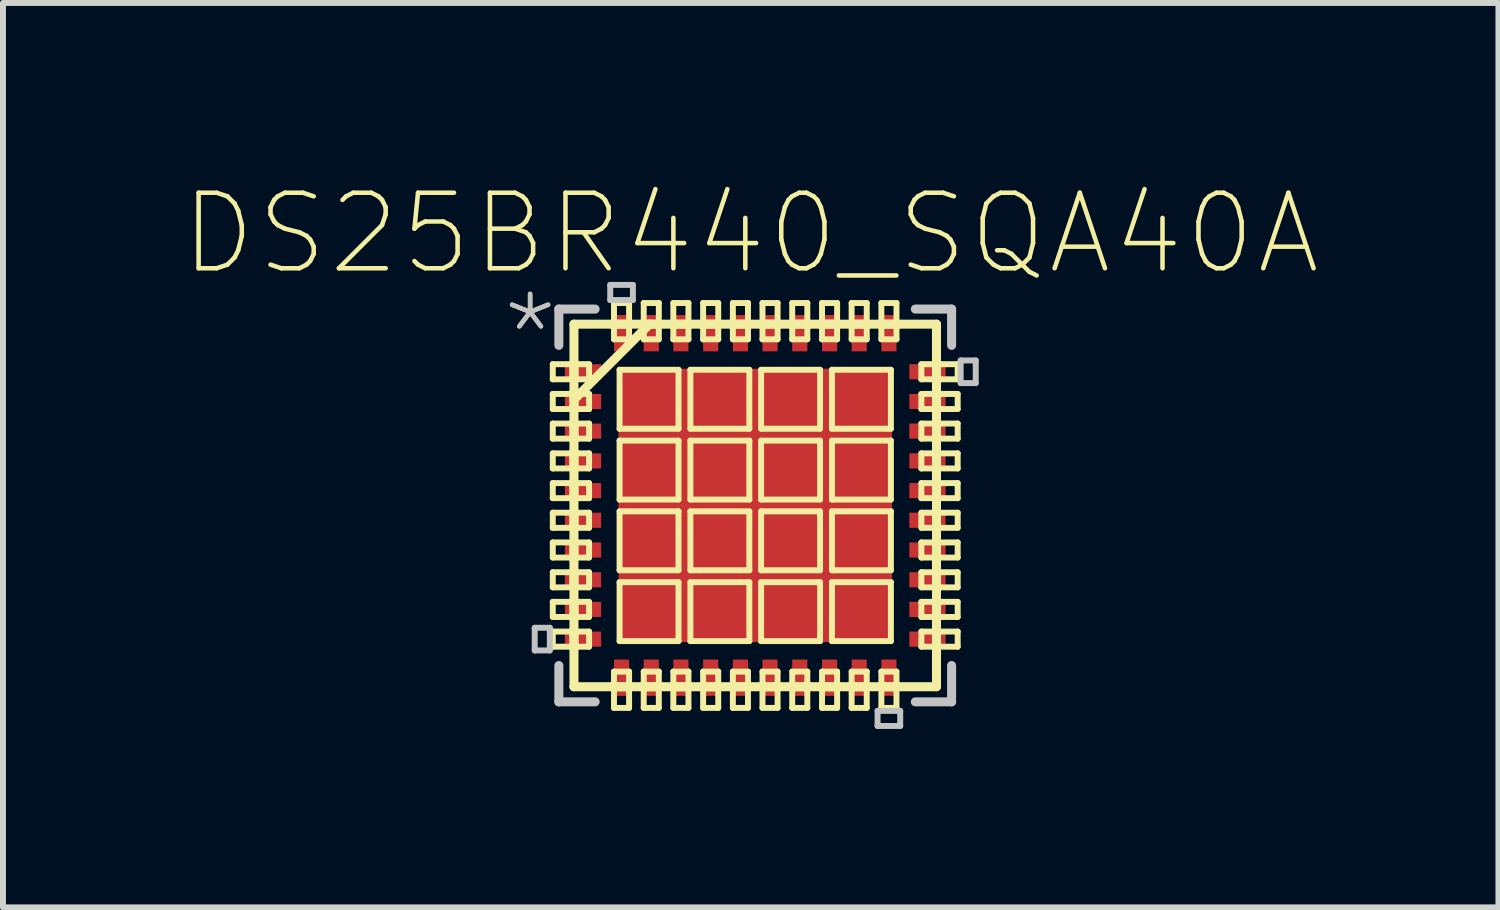
<source format=kicad_pcb>
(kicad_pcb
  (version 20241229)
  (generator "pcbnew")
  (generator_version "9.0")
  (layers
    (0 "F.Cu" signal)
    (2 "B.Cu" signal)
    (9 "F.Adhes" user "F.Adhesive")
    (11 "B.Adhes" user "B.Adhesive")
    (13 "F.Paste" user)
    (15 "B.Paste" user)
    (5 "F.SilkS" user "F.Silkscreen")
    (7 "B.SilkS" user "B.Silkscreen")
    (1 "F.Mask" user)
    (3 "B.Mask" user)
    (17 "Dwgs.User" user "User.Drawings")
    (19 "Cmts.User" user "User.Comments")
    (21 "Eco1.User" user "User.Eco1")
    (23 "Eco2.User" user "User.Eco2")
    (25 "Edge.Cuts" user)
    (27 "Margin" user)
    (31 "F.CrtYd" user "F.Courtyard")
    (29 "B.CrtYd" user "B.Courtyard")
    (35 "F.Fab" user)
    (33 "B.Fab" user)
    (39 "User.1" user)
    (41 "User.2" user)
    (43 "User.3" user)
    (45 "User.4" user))
  (footprint "DS25BR440_SQA40A"
    (layer "F.Cu")
    (at 9.649 5.449)
    (property "Reference" "DS25BR440_SQA40A" (at -0.076 -4.572 0) (layer "F.SilkS") (effects (font (size 1.27 1.27) (thickness 0.076))))
    (attr smd)
    (fp_line (start -3.404 -2.375) (end -3.404 -2.121) (stroke (width 0.1) (type solid)) (layer "F.SilkS"))
    (fp_line (start -3.404 -2.121) (end -2.794 -2.121) (stroke (width 0.1) (type solid)) (layer "F.SilkS"))
    (fp_line (start -3.404 -1.875) (end -3.404 -1.621) (stroke (width 0.1) (type solid)) (layer "F.SilkS"))
    (fp_line (start -3.404 -1.621) (end -2.794 -1.621) (stroke (width 0.1) (type solid)) (layer "F.SilkS"))
    (fp_line (start -3.404 -1.377) (end -3.404 -1.123) (stroke (width 0.1) (type solid)) (layer "F.SilkS"))
    (fp_line (start -3.404 -1.123) (end -2.794 -1.123) (stroke (width 0.1) (type solid)) (layer "F.SilkS"))
    (fp_line (start -3.404 -0.876) (end -3.404 -0.622) (stroke (width 0.1) (type solid)) (layer "F.SilkS"))
    (fp_line (start -3.404 -0.622) (end -2.794 -0.622) (stroke (width 0.1) (type solid)) (layer "F.SilkS"))
    (fp_line (start -3.404 -0.376) (end -3.404 -0.122) (stroke (width 0.1) (type solid)) (layer "F.SilkS"))
    (fp_line (start -3.404 -0.122) (end -2.794 -0.122) (stroke (width 0.1) (type solid)) (layer "F.SilkS"))
    (fp_line (start -3.404 0.122) (end -3.404 0.376) (stroke (width 0.1) (type solid)) (layer "F.SilkS"))
    (fp_line (start -3.404 0.376) (end -2.794 0.376) (stroke (width 0.1) (type solid)) (layer "F.SilkS"))
    (fp_line (start -3.404 0.622) (end -3.404 0.876) (stroke (width 0.1) (type solid)) (layer "F.SilkS"))
    (fp_line (start -3.404 0.876) (end -2.794 0.876) (stroke (width 0.1) (type solid)) (layer "F.SilkS"))
    (fp_line (start -3.404 1.123) (end -3.404 1.377) (stroke (width 0.1) (type solid)) (layer "F.SilkS"))
    (fp_line (start -3.404 1.377) (end -2.794 1.377) (stroke (width 0.1) (type solid)) (layer "F.SilkS"))
    (fp_line (start -3.404 1.621) (end -3.404 1.875) (stroke (width 0.1) (type solid)) (layer "F.SilkS"))
    (fp_line (start -3.404 1.875) (end -2.794 1.875) (stroke (width 0.1) (type solid)) (layer "F.SilkS"))
    (fp_line (start -3.404 2.121) (end -3.404 2.375) (stroke (width 0.1) (type solid)) (layer "F.SilkS"))
    (fp_line (start -3.404 2.375) (end -2.794 2.375) (stroke (width 0.1) (type solid)) (layer "F.SilkS"))
    (fp_line (start -3.048 -3.048) (end -3.048 3.048) (stroke (width 0.152) (type solid)) (layer "F.SilkS"))
    (fp_line (start -3.048 -2.413) (end -3.048 -2.108) (stroke (width 0.152) (type solid)) (layer "F.SilkS"))
    (fp_line (start -3.048 -1.905) (end -3.048 -1.6) (stroke (width 0.152) (type solid)) (layer "F.SilkS"))
    (fp_line (start -3.048 -1.778) (end -1.778 -3.048) (stroke (width 0.152) (type solid)) (layer "F.SilkS"))
    (fp_line (start -3.048 -1.397) (end -3.048 -1.09) (stroke (width 0.152) (type solid)) (layer "F.SilkS"))
    (fp_line (start -3.048 -0.914) (end -3.048 -0.61) (stroke (width 0.152) (type solid)) (layer "F.SilkS"))
    (fp_line (start -3.048 -0.406) (end -3.048 -0.102) (stroke (width 0.152) (type solid)) (layer "F.SilkS"))
    (fp_line (start -3.048 0.102) (end -3.048 0.406) (stroke (width 0.152) (type solid)) (layer "F.SilkS"))
    (fp_line (start -3.048 0.61) (end -3.048 0.914) (stroke (width 0.152) (type solid)) (layer "F.SilkS"))
    (fp_line (start -3.048 1.09) (end -3.048 1.397) (stroke (width 0.152) (type solid)) (layer "F.SilkS"))
    (fp_line (start -3.048 1.6) (end -3.048 1.905) (stroke (width 0.152) (type solid)) (layer "F.SilkS"))
    (fp_line (start -3.048 2.108) (end -3.048 2.413) (stroke (width 0.152) (type solid)) (layer "F.SilkS"))
    (fp_line (start -3.048 3.048) (end 3.048 3.048) (stroke (width 0.152) (type solid)) (layer "F.SilkS"))
    (fp_line (start -2.794 -2.375) (end -3.404 -2.375) (stroke (width 0.1) (type solid)) (layer "F.SilkS"))
    (fp_line (start -2.794 -2.121) (end -2.794 -2.375) (stroke (width 0.1) (type solid)) (layer "F.SilkS"))
    (fp_line (start -2.794 -1.875) (end -3.404 -1.875) (stroke (width 0.1) (type solid)) (layer "F.SilkS"))
    (fp_line (start -2.794 -1.621) (end -2.794 -1.875) (stroke (width 0.1) (type solid)) (layer "F.SilkS"))
    (fp_line (start -2.794 -1.377) (end -3.404 -1.377) (stroke (width 0.1) (type solid)) (layer "F.SilkS"))
    (fp_line (start -2.794 -1.123) (end -2.794 -1.377) (stroke (width 0.1) (type solid)) (layer "F.SilkS"))
    (fp_line (start -2.794 -0.876) (end -3.404 -0.876) (stroke (width 0.1) (type solid)) (layer "F.SilkS"))
    (fp_line (start -2.794 -0.622) (end -2.794 -0.876) (stroke (width 0.1) (type solid)) (layer "F.SilkS"))
    (fp_line (start -2.794 -0.376) (end -3.404 -0.376) (stroke (width 0.1) (type solid)) (layer "F.SilkS"))
    (fp_line (start -2.794 -0.122) (end -2.794 -0.376) (stroke (width 0.1) (type solid)) (layer "F.SilkS"))
    (fp_line (start -2.794 0.122) (end -3.404 0.122) (stroke (width 0.1) (type solid)) (layer "F.SilkS"))
    (fp_line (start -2.794 0.376) (end -2.794 0.122) (stroke (width 0.1) (type solid)) (layer "F.SilkS"))
    (fp_line (start -2.794 0.622) (end -3.404 0.622) (stroke (width 0.1) (type solid)) (layer "F.SilkS"))
    (fp_line (start -2.794 0.876) (end -2.794 0.622) (stroke (width 0.1) (type solid)) (layer "F.SilkS"))
    (fp_line (start -2.794 1.123) (end -3.404 1.123) (stroke (width 0.1) (type solid)) (layer "F.SilkS"))
    (fp_line (start -2.794 1.377) (end -2.794 1.123) (stroke (width 0.1) (type solid)) (layer "F.SilkS"))
    (fp_line (start -2.794 1.621) (end -3.404 1.621) (stroke (width 0.1) (type solid)) (layer "F.SilkS"))
    (fp_line (start -2.794 1.875) (end -2.794 1.621) (stroke (width 0.1) (type solid)) (layer "F.SilkS"))
    (fp_line (start -2.794 2.121) (end -3.404 2.121) (stroke (width 0.1) (type solid)) (layer "F.SilkS"))
    (fp_line (start -2.794 2.375) (end -2.794 2.121) (stroke (width 0.1) (type solid)) (layer "F.SilkS"))
    (fp_line (start -2.413 3.048) (end -2.108 3.048) (stroke (width 0.152) (type solid)) (layer "F.SilkS"))
    (fp_line (start -2.375 -3.404) (end -2.375 -2.794) (stroke (width 0.1) (type solid)) (layer "F.SilkS"))
    (fp_line (start -2.375 -2.794) (end -2.121 -2.794) (stroke (width 0.1) (type solid)) (layer "F.SilkS"))
    (fp_line (start -2.375 2.794) (end -2.375 3.404) (stroke (width 0.1) (type solid)) (layer "F.SilkS"))
    (fp_line (start -2.375 3.404) (end -2.121 3.404) (stroke (width 0.1) (type solid)) (layer "F.SilkS"))
    (fp_line (start -2.281 -2.281) (end -2.281 -1.29) (stroke (width 0.1) (type solid)) (layer "F.SilkS"))
    (fp_line (start -2.281 -1.29) (end -1.29 -1.29) (stroke (width 0.1) (type solid)) (layer "F.SilkS"))
    (fp_line (start -2.281 -1.09) (end -2.281 -0.099) (stroke (width 0.1) (type solid)) (layer "F.SilkS"))
    (fp_line (start -2.281 -0.099) (end -1.29 -0.099) (stroke (width 0.1) (type solid)) (layer "F.SilkS"))
    (fp_line (start -2.281 0.099) (end -2.281 1.09) (stroke (width 0.1) (type solid)) (layer "F.SilkS"))
    (fp_line (start -2.281 1.09) (end -1.29 1.09) (stroke (width 0.1) (type solid)) (layer "F.SilkS"))
    (fp_line (start -2.281 1.29) (end -2.281 2.281) (stroke (width 0.1) (type solid)) (layer "F.SilkS"))
    (fp_line (start -2.281 2.281) (end -1.29 2.281) (stroke (width 0.1) (type solid)) (layer "F.SilkS"))
    (fp_line (start -2.121 -3.404) (end -2.375 -3.404) (stroke (width 0.1) (type solid)) (layer "F.SilkS"))
    (fp_line (start -2.121 -2.794) (end -2.121 -3.404) (stroke (width 0.1) (type solid)) (layer "F.SilkS"))
    (fp_line (start -2.121 2.794) (end -2.375 2.794) (stroke (width 0.1) (type solid)) (layer "F.SilkS"))
    (fp_line (start -2.121 3.404) (end -2.121 2.794) (stroke (width 0.1) (type solid)) (layer "F.SilkS"))
    (fp_line (start -2.108 -3.048) (end -2.413 -3.048) (stroke (width 0.152) (type solid)) (layer "F.SilkS"))
    (fp_line (start -1.905 3.048) (end -1.6 3.048) (stroke (width 0.152) (type solid)) (layer "F.SilkS"))
    (fp_line (start -1.875 -3.404) (end -1.875 -2.794) (stroke (width 0.1) (type solid)) (layer "F.SilkS"))
    (fp_line (start -1.875 -2.794) (end -1.621 -2.794) (stroke (width 0.1) (type solid)) (layer "F.SilkS"))
    (fp_line (start -1.875 2.794) (end -1.875 3.404) (stroke (width 0.1) (type solid)) (layer "F.SilkS"))
    (fp_line (start -1.875 3.404) (end -1.621 3.404) (stroke (width 0.1) (type solid)) (layer "F.SilkS"))
    (fp_line (start -1.621 -3.404) (end -1.875 -3.404) (stroke (width 0.1) (type solid)) (layer "F.SilkS"))
    (fp_line (start -1.621 -2.794) (end -1.621 -3.404) (stroke (width 0.1) (type solid)) (layer "F.SilkS"))
    (fp_line (start -1.621 2.794) (end -1.875 2.794) (stroke (width 0.1) (type solid)) (layer "F.SilkS"))
    (fp_line (start -1.621 3.404) (end -1.621 2.794) (stroke (width 0.1) (type solid)) (layer "F.SilkS"))
    (fp_line (start -1.6 -3.048) (end -1.905 -3.048) (stroke (width 0.152) (type solid)) (layer "F.SilkS"))
    (fp_line (start -1.397 3.048) (end -1.09 3.048) (stroke (width 0.152) (type solid)) (layer "F.SilkS"))
    (fp_line (start -1.377 -3.404) (end -1.377 -2.794) (stroke (width 0.1) (type solid)) (layer "F.SilkS"))
    (fp_line (start -1.377 -2.794) (end -1.123 -2.794) (stroke (width 0.1) (type solid)) (layer "F.SilkS"))
    (fp_line (start -1.377 2.794) (end -1.377 3.404) (stroke (width 0.1) (type solid)) (layer "F.SilkS"))
    (fp_line (start -1.377 3.404) (end -1.123 3.404) (stroke (width 0.1) (type solid)) (layer "F.SilkS"))
    (fp_line (start -1.29 -2.281) (end -2.281 -2.281) (stroke (width 0.1) (type solid)) (layer "F.SilkS"))
    (fp_line (start -1.29 -1.29) (end -1.29 -2.281) (stroke (width 0.1) (type solid)) (layer "F.SilkS"))
    (fp_line (start -1.29 -1.09) (end -2.281 -1.09) (stroke (width 0.1) (type solid)) (layer "F.SilkS"))
    (fp_line (start -1.29 -0.099) (end -1.29 -1.09) (stroke (width 0.1) (type solid)) (layer "F.SilkS"))
    (fp_line (start -1.29 0.099) (end -2.281 0.099) (stroke (width 0.1) (type solid)) (layer "F.SilkS"))
    (fp_line (start -1.29 1.09) (end -1.29 0.099) (stroke (width 0.1) (type solid)) (layer "F.SilkS"))
    (fp_line (start -1.29 1.29) (end -2.281 1.29) (stroke (width 0.1) (type solid)) (layer "F.SilkS"))
    (fp_line (start -1.29 2.281) (end -1.29 1.29) (stroke (width 0.1) (type solid)) (layer "F.SilkS"))
    (fp_line (start -1.123 -3.404) (end -1.377 -3.404) (stroke (width 0.1) (type solid)) (layer "F.SilkS"))
    (fp_line (start -1.123 -2.794) (end -1.123 -3.404) (stroke (width 0.1) (type solid)) (layer "F.SilkS"))
    (fp_line (start -1.123 2.794) (end -1.377 2.794) (stroke (width 0.1) (type solid)) (layer "F.SilkS"))
    (fp_line (start -1.123 3.404) (end -1.123 2.794) (stroke (width 0.1) (type solid)) (layer "F.SilkS"))
    (fp_line (start -1.09 -3.048) (end -1.397 -3.048) (stroke (width 0.152) (type solid)) (layer "F.SilkS"))
    (fp_line (start -1.09 -2.281) (end -1.09 -1.29) (stroke (width 0.1) (type solid)) (layer "F.SilkS"))
    (fp_line (start -1.09 -1.29) (end -0.099 -1.29) (stroke (width 0.1) (type solid)) (layer "F.SilkS"))
    (fp_line (start -1.09 -1.09) (end -1.09 -0.099) (stroke (width 0.1) (type solid)) (layer "F.SilkS"))
    (fp_line (start -1.09 -0.099) (end -0.099 -0.099) (stroke (width 0.1) (type solid)) (layer "F.SilkS"))
    (fp_line (start -1.09 0.099) (end -1.09 1.09) (stroke (width 0.1) (type solid)) (layer "F.SilkS"))
    (fp_line (start -1.09 1.09) (end -0.099 1.09) (stroke (width 0.1) (type solid)) (layer "F.SilkS"))
    (fp_line (start -1.09 1.29) (end -1.09 2.281) (stroke (width 0.1) (type solid)) (layer "F.SilkS"))
    (fp_line (start -1.09 2.281) (end -0.099 2.281) (stroke (width 0.1) (type solid)) (layer "F.SilkS"))
    (fp_line (start -0.914 3.048) (end -0.61 3.048) (stroke (width 0.152) (type solid)) (layer "F.SilkS"))
    (fp_line (start -0.876 -3.404) (end -0.876 -2.794) (stroke (width 0.1) (type solid)) (layer "F.SilkS"))
    (fp_line (start -0.876 -2.794) (end -0.622 -2.794) (stroke (width 0.1) (type solid)) (layer "F.SilkS"))
    (fp_line (start -0.876 2.794) (end -0.876 3.404) (stroke (width 0.1) (type solid)) (layer "F.SilkS"))
    (fp_line (start -0.876 3.404) (end -0.622 3.404) (stroke (width 0.1) (type solid)) (layer "F.SilkS"))
    (fp_line (start -0.622 -3.404) (end -0.876 -3.404) (stroke (width 0.1) (type solid)) (layer "F.SilkS"))
    (fp_line (start -0.622 -2.794) (end -0.622 -3.404) (stroke (width 0.1) (type solid)) (layer "F.SilkS"))
    (fp_line (start -0.622 2.794) (end -0.876 2.794) (stroke (width 0.1) (type solid)) (layer "F.SilkS"))
    (fp_line (start -0.622 3.404) (end -0.622 2.794) (stroke (width 0.1) (type solid)) (layer "F.SilkS"))
    (fp_line (start -0.61 -3.048) (end -0.914 -3.048) (stroke (width 0.152) (type solid)) (layer "F.SilkS"))
    (fp_line (start -0.406 3.048) (end -0.102 3.048) (stroke (width 0.152) (type solid)) (layer "F.SilkS"))
    (fp_line (start -0.376 -3.404) (end -0.376 -2.794) (stroke (width 0.1) (type solid)) (layer "F.SilkS"))
    (fp_line (start -0.376 -2.794) (end -0.122 -2.794) (stroke (width 0.1) (type solid)) (layer "F.SilkS"))
    (fp_line (start -0.376 2.794) (end -0.376 3.404) (stroke (width 0.1) (type solid)) (layer "F.SilkS"))
    (fp_line (start -0.376 3.404) (end -0.122 3.404) (stroke (width 0.1) (type solid)) (layer "F.SilkS"))
    (fp_line (start -0.122 -3.404) (end -0.376 -3.404) (stroke (width 0.1) (type solid)) (layer "F.SilkS"))
    (fp_line (start -0.122 -2.794) (end -0.122 -3.404) (stroke (width 0.1) (type solid)) (layer "F.SilkS"))
    (fp_line (start -0.122 2.794) (end -0.376 2.794) (stroke (width 0.1) (type solid)) (layer "F.SilkS"))
    (fp_line (start -0.122 3.404) (end -0.122 2.794) (stroke (width 0.1) (type solid)) (layer "F.SilkS"))
    (fp_line (start -0.102 -3.048) (end -0.406 -3.048) (stroke (width 0.152) (type solid)) (layer "F.SilkS"))
    (fp_line (start -0.099 -2.281) (end -1.09 -2.281) (stroke (width 0.1) (type solid)) (layer "F.SilkS"))
    (fp_line (start -0.099 -1.29) (end -0.099 -2.281) (stroke (width 0.1) (type solid)) (layer "F.SilkS"))
    (fp_line (start -0.099 -1.09) (end -1.09 -1.09) (stroke (width 0.1) (type solid)) (layer "F.SilkS"))
    (fp_line (start -0.099 -0.099) (end -0.099 -1.09) (stroke (width 0.1) (type solid)) (layer "F.SilkS"))
    (fp_line (start -0.099 0.099) (end -1.09 0.099) (stroke (width 0.1) (type solid)) (layer "F.SilkS"))
    (fp_line (start -0.099 1.09) (end -0.099 0.099) (stroke (width 0.1) (type solid)) (layer "F.SilkS"))
    (fp_line (start -0.099 1.29) (end -1.09 1.29) (stroke (width 0.1) (type solid)) (layer "F.SilkS"))
    (fp_line (start -0.099 2.281) (end -0.099 1.29) (stroke (width 0.1) (type solid)) (layer "F.SilkS"))
    (fp_line (start 0.099 -2.281) (end 0.099 -1.29) (stroke (width 0.1) (type solid)) (layer "F.SilkS"))
    (fp_line (start 0.099 -1.29) (end 1.09 -1.29) (stroke (width 0.1) (type solid)) (layer "F.SilkS"))
    (fp_line (start 0.099 -1.09) (end 0.099 -0.099) (stroke (width 0.1) (type solid)) (layer "F.SilkS"))
    (fp_line (start 0.099 -0.099) (end 1.09 -0.099) (stroke (width 0.1) (type solid)) (layer "F.SilkS"))
    (fp_line (start 0.099 0.099) (end 0.099 1.09) (stroke (width 0.1) (type solid)) (layer "F.SilkS"))
    (fp_line (start 0.099 1.09) (end 1.09 1.09) (stroke (width 0.1) (type solid)) (layer "F.SilkS"))
    (fp_line (start 0.099 1.29) (end 0.099 2.281) (stroke (width 0.1) (type solid)) (layer "F.SilkS"))
    (fp_line (start 0.099 2.281) (end 1.09 2.281) (stroke (width 0.1) (type solid)) (layer "F.SilkS"))
    (fp_line (start 0.102 3.048) (end 0.406 3.048) (stroke (width 0.152) (type solid)) (layer "F.SilkS"))
    (fp_line (start 0.122 -3.404) (end 0.122 -2.794) (stroke (width 0.1) (type solid)) (layer "F.SilkS"))
    (fp_line (start 0.122 -2.794) (end 0.376 -2.794) (stroke (width 0.1) (type solid)) (layer "F.SilkS"))
    (fp_line (start 0.122 2.794) (end 0.122 3.404) (stroke (width 0.1) (type solid)) (layer "F.SilkS"))
    (fp_line (start 0.122 3.404) (end 0.376 3.404) (stroke (width 0.1) (type solid)) (layer "F.SilkS"))
    (fp_line (start 0.376 -3.404) (end 0.122 -3.404) (stroke (width 0.1) (type solid)) (layer "F.SilkS"))
    (fp_line (start 0.376 -2.794) (end 0.376 -3.404) (stroke (width 0.1) (type solid)) (layer "F.SilkS"))
    (fp_line (start 0.376 2.794) (end 0.122 2.794) (stroke (width 0.1) (type solid)) (layer "F.SilkS"))
    (fp_line (start 0.376 3.404) (end 0.376 2.794) (stroke (width 0.1) (type solid)) (layer "F.SilkS"))
    (fp_line (start 0.406 -3.048) (end 0.102 -3.048) (stroke (width 0.152) (type solid)) (layer "F.SilkS"))
    (fp_line (start 0.61 3.048) (end 0.914 3.048) (stroke (width 0.152) (type solid)) (layer "F.SilkS"))
    (fp_line (start 0.622 -3.404) (end 0.622 -2.794) (stroke (width 0.1) (type solid)) (layer "F.SilkS"))
    (fp_line (start 0.622 -2.794) (end 0.876 -2.794) (stroke (width 0.1) (type solid)) (layer "F.SilkS"))
    (fp_line (start 0.622 2.794) (end 0.622 3.404) (stroke (width 0.1) (type solid)) (layer "F.SilkS"))
    (fp_line (start 0.622 3.404) (end 0.876 3.404) (stroke (width 0.1) (type solid)) (layer "F.SilkS"))
    (fp_line (start 0.876 -3.404) (end 0.622 -3.404) (stroke (width 0.1) (type solid)) (layer "F.SilkS"))
    (fp_line (start 0.876 -2.794) (end 0.876 -3.404) (stroke (width 0.1) (type solid)) (layer "F.SilkS"))
    (fp_line (start 0.876 2.794) (end 0.622 2.794) (stroke (width 0.1) (type solid)) (layer "F.SilkS"))
    (fp_line (start 0.876 3.404) (end 0.876 2.794) (stroke (width 0.1) (type solid)) (layer "F.SilkS"))
    (fp_line (start 0.914 -3.048) (end 0.61 -3.048) (stroke (width 0.152) (type solid)) (layer "F.SilkS"))
    (fp_line (start 1.09 -2.281) (end 0.099 -2.281) (stroke (width 0.1) (type solid)) (layer "F.SilkS"))
    (fp_line (start 1.09 -1.29) (end 1.09 -2.281) (stroke (width 0.1) (type solid)) (layer "F.SilkS"))
    (fp_line (start 1.09 -1.09) (end 0.099 -1.09) (stroke (width 0.1) (type solid)) (layer "F.SilkS"))
    (fp_line (start 1.09 -0.099) (end 1.09 -1.09) (stroke (width 0.1) (type solid)) (layer "F.SilkS"))
    (fp_line (start 1.09 0.099) (end 0.099 0.099) (stroke (width 0.1) (type solid)) (layer "F.SilkS"))
    (fp_line (start 1.09 1.09) (end 1.09 0.099) (stroke (width 0.1) (type solid)) (layer "F.SilkS"))
    (fp_line (start 1.09 1.29) (end 0.099 1.29) (stroke (width 0.1) (type solid)) (layer "F.SilkS"))
    (fp_line (start 1.09 2.281) (end 1.09 1.29) (stroke (width 0.1) (type solid)) (layer "F.SilkS"))
    (fp_line (start 1.09 3.048) (end 1.397 3.048) (stroke (width 0.152) (type solid)) (layer "F.SilkS"))
    (fp_line (start 1.123 -3.404) (end 1.123 -2.794) (stroke (width 0.1) (type solid)) (layer "F.SilkS"))
    (fp_line (start 1.123 -2.794) (end 1.377 -2.794) (stroke (width 0.1) (type solid)) (layer "F.SilkS"))
    (fp_line (start 1.123 2.794) (end 1.123 3.404) (stroke (width 0.1) (type solid)) (layer "F.SilkS"))
    (fp_line (start 1.123 3.404) (end 1.377 3.404) (stroke (width 0.1) (type solid)) (layer "F.SilkS"))
    (fp_line (start 1.29 -2.281) (end 1.29 -1.29) (stroke (width 0.1) (type solid)) (layer "F.SilkS"))
    (fp_line (start 1.29 -1.29) (end 2.281 -1.29) (stroke (width 0.1) (type solid)) (layer "F.SilkS"))
    (fp_line (start 1.29 -1.09) (end 1.29 -0.099) (stroke (width 0.1) (type solid)) (layer "F.SilkS"))
    (fp_line (start 1.29 -0.099) (end 2.281 -0.099) (stroke (width 0.1) (type solid)) (layer "F.SilkS"))
    (fp_line (start 1.29 0.099) (end 1.29 1.09) (stroke (width 0.1) (type solid)) (layer "F.SilkS"))
    (fp_line (start 1.29 1.09) (end 2.281 1.09) (stroke (width 0.1) (type solid)) (layer "F.SilkS"))
    (fp_line (start 1.29 1.29) (end 1.29 2.281) (stroke (width 0.1) (type solid)) (layer "F.SilkS"))
    (fp_line (start 1.29 2.281) (end 2.281 2.281) (stroke (width 0.1) (type solid)) (layer "F.SilkS"))
    (fp_line (start 1.377 -3.404) (end 1.123 -3.404) (stroke (width 0.1) (type solid)) (layer "F.SilkS"))
    (fp_line (start 1.377 -2.794) (end 1.377 -3.404) (stroke (width 0.1) (type solid)) (layer "F.SilkS"))
    (fp_line (start 1.377 2.794) (end 1.123 2.794) (stroke (width 0.1) (type solid)) (layer "F.SilkS"))
    (fp_line (start 1.377 3.404) (end 1.377 2.794) (stroke (width 0.1) (type solid)) (layer "F.SilkS"))
    (fp_line (start 1.397 -3.048) (end 1.09 -3.048) (stroke (width 0.152) (type solid)) (layer "F.SilkS"))
    (fp_line (start 1.6 3.048) (end 1.905 3.048) (stroke (width 0.152) (type solid)) (layer "F.SilkS"))
    (fp_line (start 1.621 -3.404) (end 1.621 -2.794) (stroke (width 0.1) (type solid)) (layer "F.SilkS"))
    (fp_line (start 1.621 -2.794) (end 1.875 -2.794) (stroke (width 0.1) (type solid)) (layer "F.SilkS"))
    (fp_line (start 1.621 2.794) (end 1.621 3.404) (stroke (width 0.1) (type solid)) (layer "F.SilkS"))
    (fp_line (start 1.621 3.404) (end 1.875 3.404) (stroke (width 0.1) (type solid)) (layer "F.SilkS"))
    (fp_line (start 1.875 -3.404) (end 1.621 -3.404) (stroke (width 0.1) (type solid)) (layer "F.SilkS"))
    (fp_line (start 1.875 -2.794) (end 1.875 -3.404) (stroke (width 0.1) (type solid)) (layer "F.SilkS"))
    (fp_line (start 1.875 2.794) (end 1.621 2.794) (stroke (width 0.1) (type solid)) (layer "F.SilkS"))
    (fp_line (start 1.875 3.404) (end 1.875 2.794) (stroke (width 0.1) (type solid)) (layer "F.SilkS"))
    (fp_line (start 1.905 -3.048) (end 1.6 -3.048) (stroke (width 0.152) (type solid)) (layer "F.SilkS"))
    (fp_line (start 2.108 3.048) (end 2.413 3.048) (stroke (width 0.152) (type solid)) (layer "F.SilkS"))
    (fp_line (start 2.121 -3.404) (end 2.121 -2.794) (stroke (width 0.1) (type solid)) (layer "F.SilkS"))
    (fp_line (start 2.121 -2.794) (end 2.375 -2.794) (stroke (width 0.1) (type solid)) (layer "F.SilkS"))
    (fp_line (start 2.121 2.794) (end 2.121 3.404) (stroke (width 0.1) (type solid)) (layer "F.SilkS"))
    (fp_line (start 2.121 3.404) (end 2.375 3.404) (stroke (width 0.1) (type solid)) (layer "F.SilkS"))
    (fp_line (start 2.281 -2.281) (end 1.29 -2.281) (stroke (width 0.1) (type solid)) (layer "F.SilkS"))
    (fp_line (start 2.281 -1.29) (end 2.281 -2.281) (stroke (width 0.1) (type solid)) (layer "F.SilkS"))
    (fp_line (start 2.281 -1.09) (end 1.29 -1.09) (stroke (width 0.1) (type solid)) (layer "F.SilkS"))
    (fp_line (start 2.281 -0.099) (end 2.281 -1.09) (stroke (width 0.1) (type solid)) (layer "F.SilkS"))
    (fp_line (start 2.281 0.099) (end 1.29 0.099) (stroke (width 0.1) (type solid)) (layer "F.SilkS"))
    (fp_line (start 2.281 1.09) (end 2.281 0.099) (stroke (width 0.1) (type solid)) (layer "F.SilkS"))
    (fp_line (start 2.281 1.29) (end 1.29 1.29) (stroke (width 0.1) (type solid)) (layer "F.SilkS"))
    (fp_line (start 2.281 2.281) (end 2.281 1.29) (stroke (width 0.1) (type solid)) (layer "F.SilkS"))
    (fp_line (start 2.375 -3.404) (end 2.121 -3.404) (stroke (width 0.1) (type solid)) (layer "F.SilkS"))
    (fp_line (start 2.375 -2.794) (end 2.375 -3.404) (stroke (width 0.1) (type solid)) (layer "F.SilkS"))
    (fp_line (start 2.375 2.794) (end 2.121 2.794) (stroke (width 0.1) (type solid)) (layer "F.SilkS"))
    (fp_line (start 2.375 3.404) (end 2.375 2.794) (stroke (width 0.1) (type solid)) (layer "F.SilkS"))
    (fp_line (start 2.413 -3.048) (end 2.108 -3.048) (stroke (width 0.152) (type solid)) (layer "F.SilkS"))
    (fp_line (start 2.794 -2.375) (end 2.794 -2.121) (stroke (width 0.1) (type solid)) (layer "F.SilkS"))
    (fp_line (start 2.794 -2.121) (end 3.404 -2.121) (stroke (width 0.1) (type solid)) (layer "F.SilkS"))
    (fp_line (start 2.794 -1.875) (end 2.794 -1.621) (stroke (width 0.1) (type solid)) (layer "F.SilkS"))
    (fp_line (start 2.794 -1.621) (end 3.404 -1.621) (stroke (width 0.1) (type solid)) (layer "F.SilkS"))
    (fp_line (start 2.794 -1.377) (end 2.794 -1.123) (stroke (width 0.1) (type solid)) (layer "F.SilkS"))
    (fp_line (start 2.794 -1.123) (end 3.404 -1.123) (stroke (width 0.1) (type solid)) (layer "F.SilkS"))
    (fp_line (start 2.794 -0.876) (end 2.794 -0.622) (stroke (width 0.1) (type solid)) (layer "F.SilkS"))
    (fp_line (start 2.794 -0.622) (end 3.404 -0.622) (stroke (width 0.1) (type solid)) (layer "F.SilkS"))
    (fp_line (start 2.794 -0.376) (end 2.794 -0.122) (stroke (width 0.1) (type solid)) (layer "F.SilkS"))
    (fp_line (start 2.794 -0.122) (end 3.404 -0.122) (stroke (width 0.1) (type solid)) (layer "F.SilkS"))
    (fp_line (start 2.794 0.122) (end 2.794 0.376) (stroke (width 0.1) (type solid)) (layer "F.SilkS"))
    (fp_line (start 2.794 0.376) (end 3.404 0.376) (stroke (width 0.1) (type solid)) (layer "F.SilkS"))
    (fp_line (start 2.794 0.622) (end 2.794 0.876) (stroke (width 0.1) (type solid)) (layer "F.SilkS"))
    (fp_line (start 2.794 0.876) (end 3.404 0.876) (stroke (width 0.1) (type solid)) (layer "F.SilkS"))
    (fp_line (start 2.794 1.123) (end 2.794 1.377) (stroke (width 0.1) (type solid)) (layer "F.SilkS"))
    (fp_line (start 2.794 1.377) (end 3.404 1.377) (stroke (width 0.1) (type solid)) (layer "F.SilkS"))
    (fp_line (start 2.794 1.621) (end 2.794 1.875) (stroke (width 0.1) (type solid)) (layer "F.SilkS"))
    (fp_line (start 2.794 1.875) (end 3.404 1.875) (stroke (width 0.1) (type solid)) (layer "F.SilkS"))
    (fp_line (start 2.794 2.121) (end 2.794 2.375) (stroke (width 0.1) (type solid)) (layer "F.SilkS"))
    (fp_line (start 2.794 2.375) (end 3.404 2.375) (stroke (width 0.1) (type solid)) (layer "F.SilkS"))
    (fp_line (start 3.048 -3.048) (end -3.048 -3.048) (stroke (width 0.152) (type solid)) (layer "F.SilkS"))
    (fp_line (start 3.048 -2.108) (end 3.048 -2.413) (stroke (width 0.152) (type solid)) (layer "F.SilkS"))
    (fp_line (start 3.048 -1.6) (end 3.048 -1.905) (stroke (width 0.152) (type solid)) (layer "F.SilkS"))
    (fp_line (start 3.048 -1.09) (end 3.048 -1.397) (stroke (width 0.152) (type solid)) (layer "F.SilkS"))
    (fp_line (start 3.048 -0.61) (end 3.048 -0.914) (stroke (width 0.152) (type solid)) (layer "F.SilkS"))
    (fp_line (start 3.048 -0.102) (end 3.048 -0.406) (stroke (width 0.152) (type solid)) (layer "F.SilkS"))
    (fp_line (start 3.048 0.406) (end 3.048 0.102) (stroke (width 0.152) (type solid)) (layer "F.SilkS"))
    (fp_line (start 3.048 0.914) (end 3.048 0.61) (stroke (width 0.152) (type solid)) (layer "F.SilkS"))
    (fp_line (start 3.048 1.397) (end 3.048 1.09) (stroke (width 0.152) (type solid)) (layer "F.SilkS"))
    (fp_line (start 3.048 1.905) (end 3.048 1.6) (stroke (width 0.152) (type solid)) (layer "F.SilkS"))
    (fp_line (start 3.048 2.413) (end 3.048 2.108) (stroke (width 0.152) (type solid)) (layer "F.SilkS"))
    (fp_line (start 3.048 3.048) (end 3.048 -3.048) (stroke (width 0.152) (type solid)) (layer "F.SilkS"))
    (fp_line (start 3.404 -2.375) (end 2.794 -2.375) (stroke (width 0.1) (type solid)) (layer "F.SilkS"))
    (fp_line (start 3.404 -2.121) (end 3.404 -2.375) (stroke (width 0.1) (type solid)) (layer "F.SilkS"))
    (fp_line (start 3.404 -1.875) (end 2.794 -1.875) (stroke (width 0.1) (type solid)) (layer "F.SilkS"))
    (fp_line (start 3.404 -1.621) (end 3.404 -1.875) (stroke (width 0.1) (type solid)) (layer "F.SilkS"))
    (fp_line (start 3.404 -1.377) (end 2.794 -1.377) (stroke (width 0.1) (type solid)) (layer "F.SilkS"))
    (fp_line (start 3.404 -1.123) (end 3.404 -1.377) (stroke (width 0.1) (type solid)) (layer "F.SilkS"))
    (fp_line (start 3.404 -0.876) (end 2.794 -0.876) (stroke (width 0.1) (type solid)) (layer "F.SilkS"))
    (fp_line (start 3.404 -0.622) (end 3.404 -0.876) (stroke (width 0.1) (type solid)) (layer "F.SilkS"))
    (fp_line (start 3.404 -0.376) (end 2.794 -0.376) (stroke (width 0.1) (type solid)) (layer "F.SilkS"))
    (fp_line (start 3.404 -0.122) (end 3.404 -0.376) (stroke (width 0.1) (type solid)) (layer "F.SilkS"))
    (fp_line (start 3.404 0.122) (end 2.794 0.122) (stroke (width 0.1) (type solid)) (layer "F.SilkS"))
    (fp_line (start 3.404 0.376) (end 3.404 0.122) (stroke (width 0.1) (type solid)) (layer "F.SilkS"))
    (fp_line (start 3.404 0.622) (end 2.794 0.622) (stroke (width 0.1) (type solid)) (layer "F.SilkS"))
    (fp_line (start 3.404 0.876) (end 3.404 0.622) (stroke (width 0.1) (type solid)) (layer "F.SilkS"))
    (fp_line (start 3.404 1.123) (end 2.794 1.123) (stroke (width 0.1) (type solid)) (layer "F.SilkS"))
    (fp_line (start 3.404 1.377) (end 3.404 1.123) (stroke (width 0.1) (type solid)) (layer "F.SilkS"))
    (fp_line (start 3.404 1.621) (end 2.794 1.621) (stroke (width 0.1) (type solid)) (layer "F.SilkS"))
    (fp_line (start 3.404 1.875) (end 3.404 1.621) (stroke (width 0.1) (type solid)) (layer "F.SilkS"))
    (fp_line (start 3.404 2.121) (end 2.794 2.121) (stroke (width 0.1) (type solid)) (layer "F.SilkS"))
    (fp_line (start 3.404 2.375) (end 3.404 2.121) (stroke (width 0.1) (type solid)) (layer "F.SilkS"))
    (fp_line (start -3.708 2.057) (end -3.708 2.438) (stroke (width 0.1) (type solid)) (layer "Dwgs.User"))
    (fp_line (start -3.708 2.438) (end -3.454 2.438) (stroke (width 0.1) (type solid)) (layer "Dwgs.User"))
    (fp_line (start -3.454 2.057) (end -3.708 2.057) (stroke (width 0.1) (type solid)) (layer "Dwgs.User"))
    (fp_line (start -3.454 2.438) (end -3.454 2.057) (stroke (width 0.1) (type solid)) (layer "Dwgs.User"))
    (fp_line (start -3.302 -3.302) (end -3.302 -2.692) (stroke (width 0.152) (type solid)) (layer "Dwgs.User"))
    (fp_line (start -3.302 2.692) (end -3.302 3.302) (stroke (width 0.152) (type solid)) (layer "Dwgs.User"))
    (fp_line (start -3.302 3.302) (end -2.692 3.302) (stroke (width 0.152) (type solid)) (layer "Dwgs.User"))
    (fp_line (start -2.692 -3.302) (end -3.302 -3.302) (stroke (width 0.152) (type solid)) (layer "Dwgs.User"))
    (fp_line (start -2.438 -3.708) (end -2.057 -3.708) (stroke (width 0.1) (type solid)) (layer "Dwgs.User"))
    (fp_line (start -2.438 -3.454) (end -2.438 -3.708) (stroke (width 0.1) (type solid)) (layer "Dwgs.User"))
    (fp_line (start -2.057 -3.708) (end -2.057 -3.454) (stroke (width 0.1) (type solid)) (layer "Dwgs.User"))
    (fp_line (start -2.057 -3.454) (end -2.438 -3.454) (stroke (width 0.1) (type solid)) (layer "Dwgs.User"))
    (fp_line (start 2.057 3.454) (end 2.057 3.708) (stroke (width 0.1) (type solid)) (layer "Dwgs.User"))
    (fp_line (start 2.057 3.708) (end 2.438 3.708) (stroke (width 0.1) (type solid)) (layer "Dwgs.User"))
    (fp_line (start 2.438 3.454) (end 2.057 3.454) (stroke (width 0.1) (type solid)) (layer "Dwgs.User"))
    (fp_line (start 2.438 3.708) (end 2.438 3.454) (stroke (width 0.1) (type solid)) (layer "Dwgs.User"))
    (fp_line (start 2.692 3.302) (end 3.302 3.302) (stroke (width 0.152) (type solid)) (layer "Dwgs.User"))
    (fp_line (start 3.302 -3.302) (end 2.692 -3.302) (stroke (width 0.152) (type solid)) (layer "Dwgs.User"))
    (fp_line (start 3.302 -2.692) (end 3.302 -3.302) (stroke (width 0.152) (type solid)) (layer "Dwgs.User"))
    (fp_line (start 3.302 3.302) (end 3.302 2.692) (stroke (width 0.152) (type solid)) (layer "Dwgs.User"))
    (fp_line (start 3.454 -2.438) (end 3.708 -2.438) (stroke (width 0.1) (type solid)) (layer "Dwgs.User"))
    (fp_line (start 3.454 -2.057) (end 3.454 -2.438) (stroke (width 0.1) (type solid)) (layer "Dwgs.User"))
    (fp_line (start 3.708 -2.438) (end 3.708 -2.057) (stroke (width 0.1) (type solid)) (layer "Dwgs.User"))
    (fp_line (start 3.708 -2.057) (end 3.454 -2.057) (stroke (width 0.1) (type solid)) (layer "Dwgs.User"))
    (fp_text user "*" (at -3.785 -2.87 0) (layer "F.SilkS") (effects (font (size 1.27 1.27) (thickness 0.076))))
    (fp_text user "*" (at -3.785 -2.87 0) (layer "Dwgs.User") (effects (font (size 1.27 1.27) (thickness 0.076))))
    (pad "1" smd rect (at -2.896 -2.248 270) (size 0.254 0.61) (layers "F.Cu" "F.Mask" "F.Paste"))
    (pad "2" smd rect (at -2.896 -1.748 270) (size 0.254 0.61) (layers "F.Cu" "F.Mask" "F.Paste"))
    (pad "3" smd rect (at -2.896 -1.25 270) (size 0.254 0.61) (layers "F.Cu" "F.Mask" "F.Paste"))
    (pad "4" smd rect (at -2.896 -0.749 270) (size 0.254 0.61) (layers "F.Cu" "F.Mask" "F.Paste"))
    (pad "5" smd rect (at -2.896 -0.249 270) (size 0.254 0.61) (layers "F.Cu" "F.Mask" "F.Paste"))
    (pad "6" smd rect (at -2.896 0.249 270) (size 0.254 0.61) (layers "F.Cu" "F.Mask" "F.Paste"))
    (pad "7" smd rect (at -2.896 0.749 270) (size 0.254 0.61) (layers "F.Cu" "F.Mask" "F.Paste"))
    (pad "8" smd rect (at -2.896 1.25 270) (size 0.254 0.61) (layers "F.Cu" "F.Mask" "F.Paste"))
    (pad "9" smd rect (at -2.896 1.748 270) (size 0.254 0.61) (layers "F.Cu" "F.Mask" "F.Paste"))
    (pad "10" smd rect (at -2.896 2.248 270) (size 0.254 0.61) (layers "F.Cu" "F.Mask" "F.Paste"))
    (pad "11" smd rect (at -2.248 2.896 180) (size 0.254 0.61) (layers "F.Cu" "F.Mask" "F.Paste"))
    (pad "12" smd rect (at -1.748 2.896 180) (size 0.254 0.61) (layers "F.Cu" "F.Mask" "F.Paste"))
    (pad "13" smd rect (at -1.25 2.896 180) (size 0.254 0.61) (layers "F.Cu" "F.Mask" "F.Paste"))
    (pad "14" smd rect (at -0.749 2.896 180) (size 0.254 0.61) (layers "F.Cu" "F.Mask" "F.Paste"))
    (pad "15" smd rect (at -0.249 2.896 180) (size 0.254 0.61) (layers "F.Cu" "F.Mask" "F.Paste"))
    (pad "16" smd rect (at 0.249 2.896 180) (size 0.254 0.61) (layers "F.Cu" "F.Mask" "F.Paste"))
    (pad "17" smd rect (at 0.749 2.896 180) (size 0.254 0.61) (layers "F.Cu" "F.Mask" "F.Paste"))
    (pad "18" smd rect (at 1.25 2.896 180) (size 0.254 0.61) (layers "F.Cu" "F.Mask" "F.Paste"))
    (pad "19" smd rect (at 1.748 2.896 180) (size 0.254 0.61) (layers "F.Cu" "F.Mask" "F.Paste"))
    (pad "20" smd rect (at 2.248 2.896 180) (size 0.254 0.61) (layers "F.Cu" "F.Mask" "F.Paste"))
    (pad "21" smd rect (at 2.896 2.248 270) (size 0.254 0.61) (layers "F.Cu" "F.Mask" "F.Paste"))
    (pad "22" smd rect (at 2.896 1.748 270) (size 0.254 0.61) (layers "F.Cu" "F.Mask" "F.Paste"))
    (pad "23" smd rect (at 2.896 1.25 270) (size 0.254 0.61) (layers "F.Cu" "F.Mask" "F.Paste"))
    (pad "24" smd rect (at 2.896 0.749 270) (size 0.254 0.61) (layers "F.Cu" "F.Mask" "F.Paste"))
    (pad "25" smd rect (at 2.896 0.249 270) (size 0.254 0.61) (layers "F.Cu" "F.Mask" "F.Paste"))
    (pad "26" smd rect (at 2.896 -0.249 270) (size 0.254 0.61) (layers "F.Cu" "F.Mask" "F.Paste"))
    (pad "27" smd rect (at 2.896 -0.749 270) (size 0.254 0.61) (layers "F.Cu" "F.Mask" "F.Paste"))
    (pad "28" smd rect (at 2.896 -1.25 270) (size 0.254 0.61) (layers "F.Cu" "F.Mask" "F.Paste"))
    (pad "29" smd rect (at 2.896 -1.748 270) (size 0.254 0.61) (layers "F.Cu" "F.Mask" "F.Paste"))
    (pad "30" smd rect (at 2.896 -2.248 270) (size 0.254 0.61) (layers "F.Cu" "F.Mask" "F.Paste"))
    (pad "31" smd rect (at 2.248 -2.896 180) (size 0.254 0.61) (layers "F.Cu" "F.Mask" "F.Paste"))
    (pad "32" smd rect (at 1.748 -2.896 180) (size 0.254 0.61) (layers "F.Cu" "F.Mask" "F.Paste"))
    (pad "33" smd rect (at 1.25 -2.896 180) (size 0.254 0.61) (layers "F.Cu" "F.Mask" "F.Paste"))
    (pad "34" smd rect (at 0.749 -2.896 180) (size 0.254 0.61) (layers "F.Cu" "F.Mask" "F.Paste"))
    (pad "35" smd rect (at 0.249 -2.896 180) (size 0.254 0.61) (layers "F.Cu" "F.Mask" "F.Paste"))
    (pad "36" smd rect (at -0.249 -2.896 180) (size 0.254 0.61) (layers "F.Cu" "F.Mask" "F.Paste"))
    (pad "37" smd rect (at -0.749 -2.896 180) (size 0.254 0.61) (layers "F.Cu" "F.Mask" "F.Paste"))
    (pad "38" smd rect (at -1.25 -2.896 180) (size 0.254 0.61) (layers "F.Cu" "F.Mask" "F.Paste"))
    (pad "39" smd rect (at -1.748 -2.896 180) (size 0.254 0.61) (layers "F.Cu" "F.Mask" "F.Paste"))
    (pad "40" smd rect (at -2.248 -2.896 180) (size 0.254 0.61) (layers "F.Cu" "F.Mask" "F.Paste"))
    (pad "41" smd rect (at 0 0) (size 4.597 4.597) (layers "F.Cu" "F.Mask" "F.Paste")))
  (gr_rect
    (start -3 -3)
    (end 22.146 12.207)
    (stroke (width 0.1) (type default))
    (fill no)
    (layer "Edge.Cuts")))
</source>
